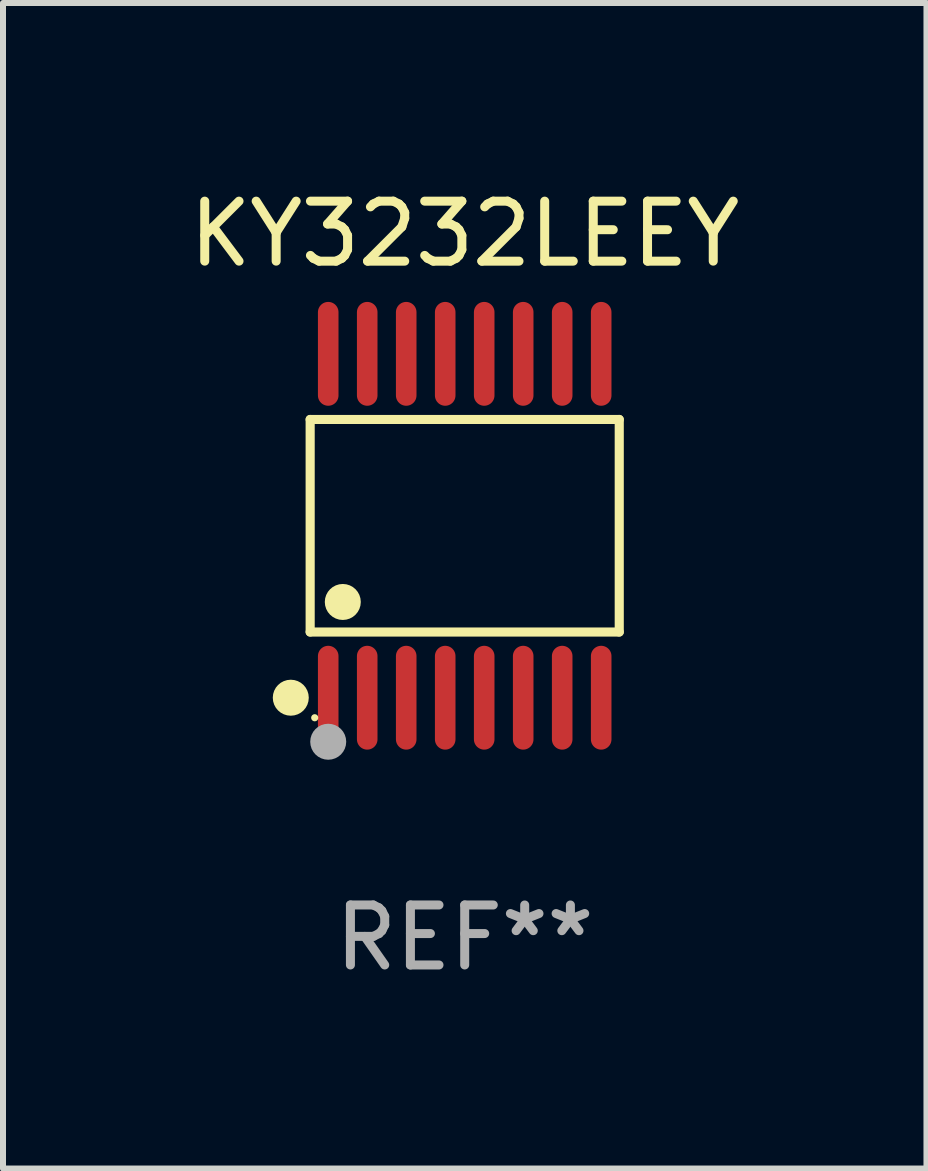
<source format=kicad_pcb>
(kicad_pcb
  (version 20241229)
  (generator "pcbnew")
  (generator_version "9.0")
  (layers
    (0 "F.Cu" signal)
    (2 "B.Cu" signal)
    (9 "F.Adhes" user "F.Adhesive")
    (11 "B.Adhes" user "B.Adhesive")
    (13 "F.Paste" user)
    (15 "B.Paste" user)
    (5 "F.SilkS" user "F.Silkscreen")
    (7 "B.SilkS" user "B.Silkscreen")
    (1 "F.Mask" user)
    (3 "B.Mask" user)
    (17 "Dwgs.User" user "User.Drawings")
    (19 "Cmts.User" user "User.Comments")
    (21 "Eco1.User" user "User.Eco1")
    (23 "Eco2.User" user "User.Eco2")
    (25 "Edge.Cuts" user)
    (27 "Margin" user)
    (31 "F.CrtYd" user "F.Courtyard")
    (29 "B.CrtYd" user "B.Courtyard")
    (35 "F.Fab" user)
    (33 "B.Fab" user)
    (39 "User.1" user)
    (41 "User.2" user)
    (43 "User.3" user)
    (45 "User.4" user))
  (footprint "KY3232LEEY"
    (layer "F.Cu")
    (at 4.696 5.714)
    (property "Reference" "KY3232LEEY" (at 0 -4.866 0) (layer "F.SilkS") (effects (font (size 1 1) (thickness 0.15))))
    (attr through_hole)
    (fp_line (start -2.576 -1.772) (end 2.576 -1.772) (stroke (width 0.152) (type solid)) (layer "F.SilkS"))
    (fp_line (start -2.576 1.771) (end -2.576 -1.772) (stroke (width 0.152) (type solid)) (layer "F.SilkS"))
    (fp_line (start 2.576 -1.772) (end 2.576 1.771) (stroke (width 0.152) (type solid)) (layer "F.SilkS"))
    (fp_line (start 2.576 1.771) (end -2.576 1.771) (stroke (width 0.152) (type solid)) (layer "F.SilkS"))
    (fp_circle (center -2.899 2.866) (end -2.749 2.866) (stroke (width 0.3) (type solid)) (fill no) (layer "F.SilkS"))
    (fp_circle (center -2.5 3.2) (end -2.47 3.2) (stroke (width 0.06) (type solid)) (fill no) (layer "F.SilkS"))
    (fp_circle (center -2.032 1.27) (end -1.882 1.27) (stroke (width 0.3) (type solid)) (fill no) (layer "F.SilkS"))
    (fp_circle (center -2.275 3.6) (end -2.125 3.6) (stroke (width 0.3) (type solid)) (fill no) (layer "F.Fab"))
    (fp_text user "REF**" (at 0 6.866 0) (layer "F.Fab") (effects (font (size 1 1) (thickness 0.15))))
    (pad "1" smd oval (at -2.275 2.866) (size 0.343 1.731) (layers "F.Cu" "F.Mask" "F.Paste"))
    (pad "2" smd oval (at -1.625 2.866) (size 0.343 1.731) (layers "F.Cu" "F.Mask" "F.Paste"))
    (pad "3" smd oval (at -0.975 2.866) (size 0.343 1.731) (layers "F.Cu" "F.Mask" "F.Paste"))
    (pad "4" smd oval (at -0.325 2.866) (size 0.343 1.731) (layers "F.Cu" "F.Mask" "F.Paste"))
    (pad "5" smd oval (at 0.325 2.866) (size 0.343 1.731) (layers "F.Cu" "F.Mask" "F.Paste"))
    (pad "6" smd oval (at 0.975 2.866) (size 0.343 1.731) (layers "F.Cu" "F.Mask" "F.Paste"))
    (pad "7" smd oval (at 1.625 2.866) (size 0.343 1.731) (layers "F.Cu" "F.Mask" "F.Paste"))
    (pad "8" smd oval (at 2.275 2.866) (size 0.343 1.731) (layers "F.Cu" "F.Mask" "F.Paste"))
    (pad "9" smd oval (at 2.275 -2.866) (size 0.343 1.731) (layers "F.Cu" "F.Mask" "F.Paste"))
    (pad "10" smd oval (at 1.625 -2.866) (size 0.343 1.731) (layers "F.Cu" "F.Mask" "F.Paste"))
    (pad "11" smd oval (at 0.975 -2.866) (size 0.343 1.731) (layers "F.Cu" "F.Mask" "F.Paste"))
    (pad "12" smd oval (at 0.325 -2.866) (size 0.343 1.731) (layers "F.Cu" "F.Mask" "F.Paste"))
    (pad "13" smd oval (at -0.325 -2.866) (size 0.343 1.731) (layers "F.Cu" "F.Mask" "F.Paste"))
    (pad "14" smd oval (at -0.975 -2.866) (size 0.343 1.731) (layers "F.Cu" "F.Mask" "F.Paste"))
    (pad "15" smd oval (at -1.625 -2.866) (size 0.343 1.731) (layers "F.Cu" "F.Mask" "F.Paste"))
    (pad "16" smd oval (at -2.275 -2.866) (size 0.343 1.731) (layers "F.Cu" "F.Mask" "F.Paste")))
  (gr_rect
    (start -3 -3)
    (end 12.393 16.428)
    (stroke (width 0.1) (type default))
    (fill no)
    (layer "Edge.Cuts")))
</source>
